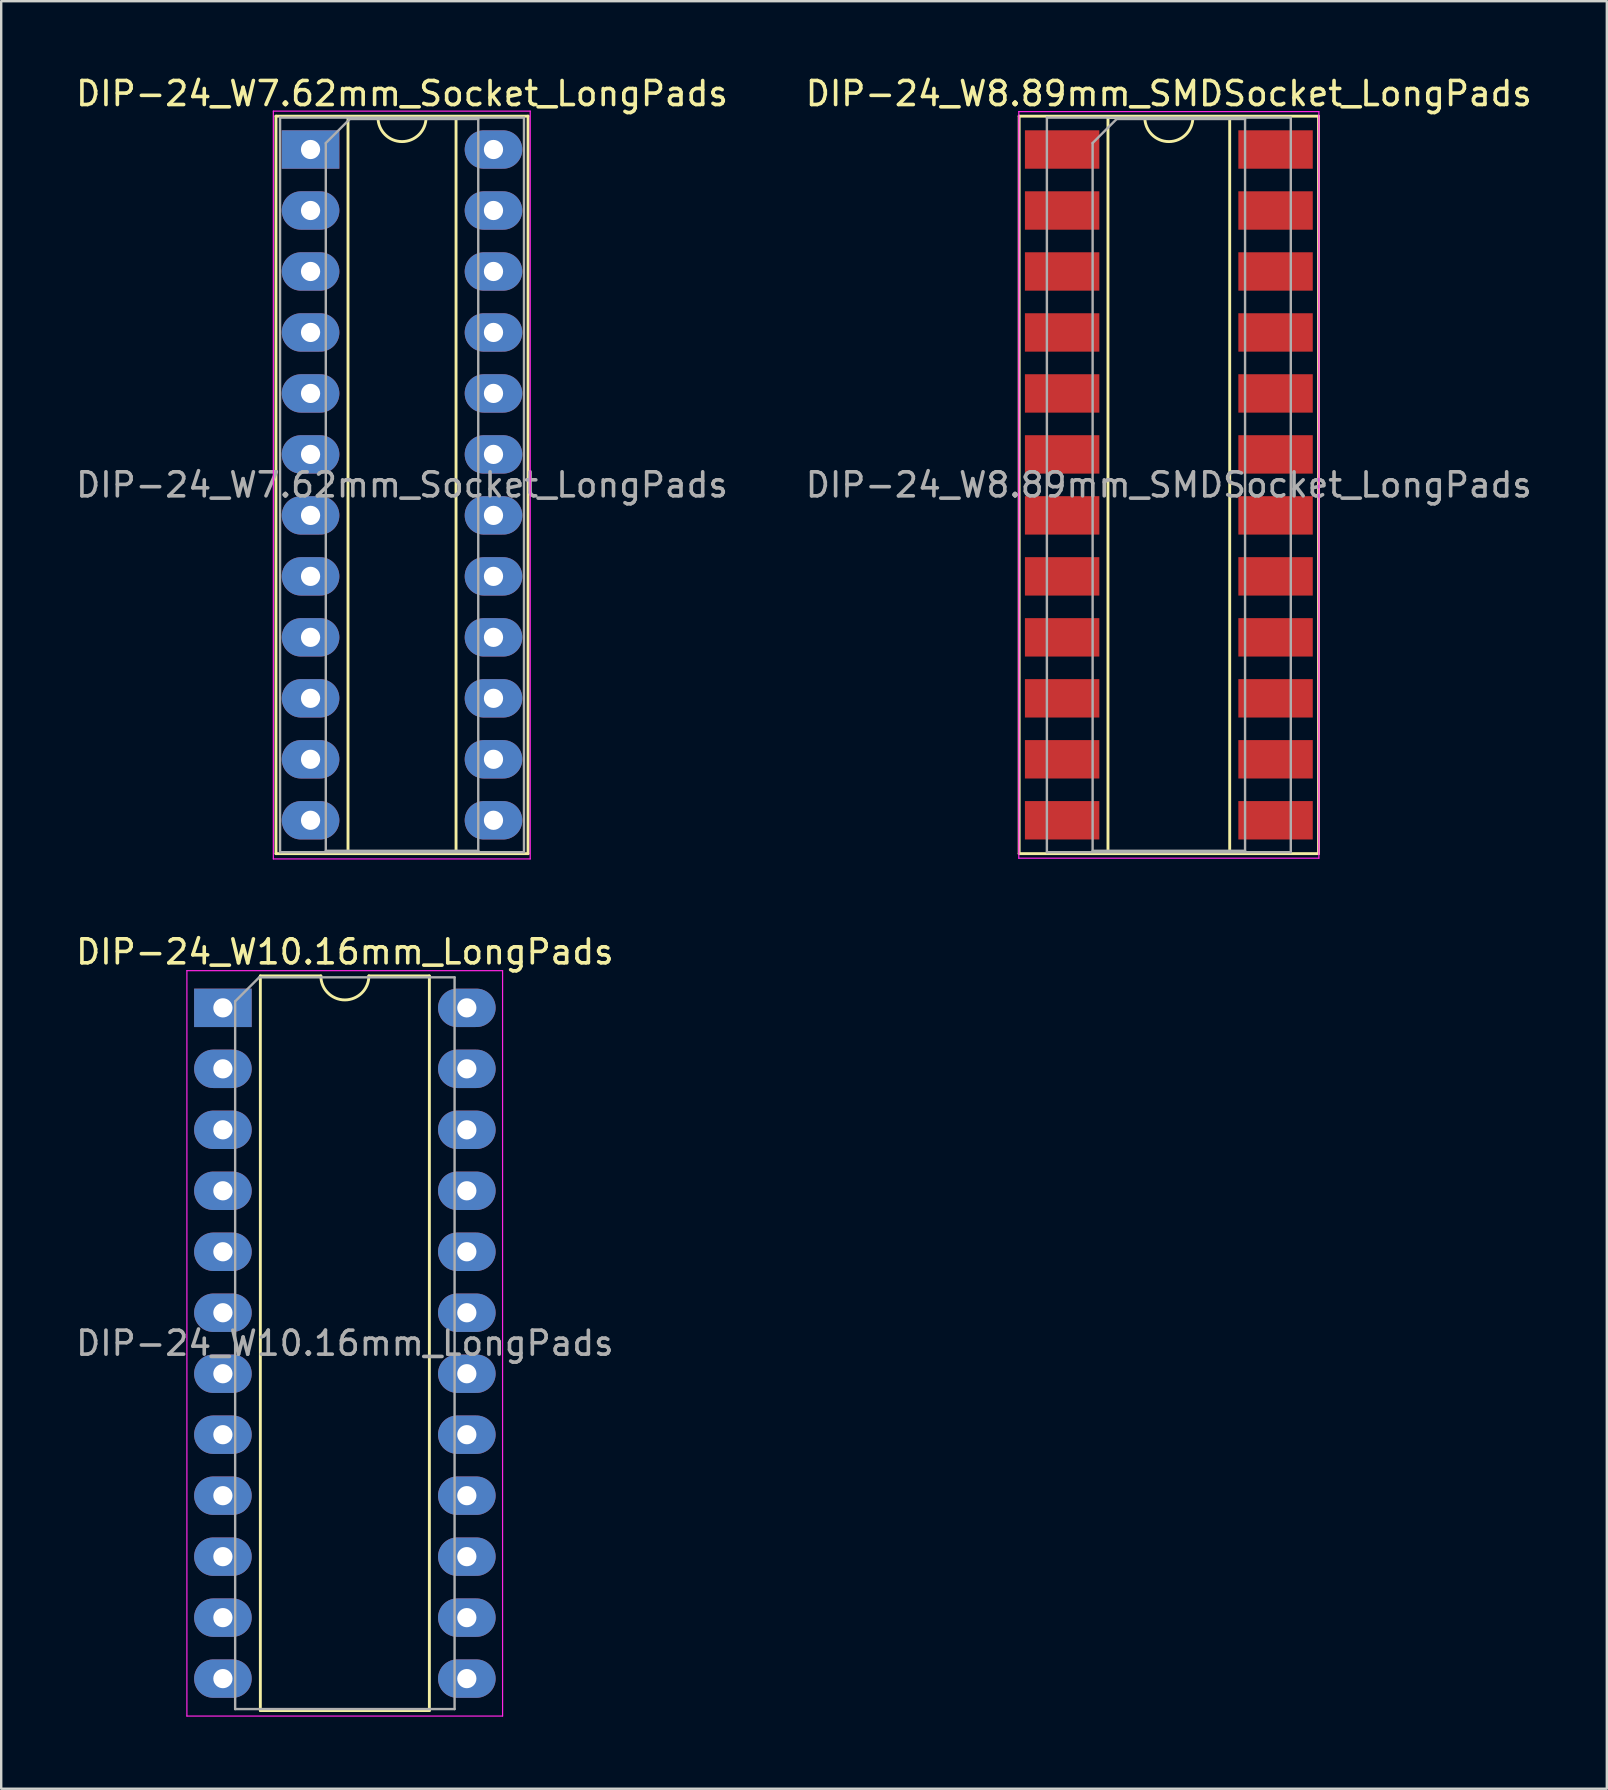
<source format=kicad_pcb>
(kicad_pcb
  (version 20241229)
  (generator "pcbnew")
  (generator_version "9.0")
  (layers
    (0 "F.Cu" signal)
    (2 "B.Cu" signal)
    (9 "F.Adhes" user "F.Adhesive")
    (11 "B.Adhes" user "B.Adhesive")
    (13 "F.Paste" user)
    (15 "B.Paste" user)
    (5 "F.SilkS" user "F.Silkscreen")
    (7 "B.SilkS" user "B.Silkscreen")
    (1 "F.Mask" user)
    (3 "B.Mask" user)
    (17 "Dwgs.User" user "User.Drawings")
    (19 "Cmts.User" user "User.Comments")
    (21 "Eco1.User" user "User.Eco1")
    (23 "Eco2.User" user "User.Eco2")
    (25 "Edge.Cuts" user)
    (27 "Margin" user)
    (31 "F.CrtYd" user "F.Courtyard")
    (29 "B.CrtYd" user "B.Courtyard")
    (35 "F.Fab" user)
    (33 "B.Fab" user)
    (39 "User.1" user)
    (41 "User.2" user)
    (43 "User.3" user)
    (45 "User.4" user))
  (footprint "DIP-24_W8.89mm_SMDSocket_LongPads"
    (layer "F.Cu")
    (at 45.637 17.148)
    (property "Reference" "DIP-24_W8.89mm_SMDSocket_LongPads" (at 0 -16.3 0) (layer "F.SilkS") (effects (font (size 1 1) (thickness 0.15))))
    (attr smd)
    (fp_line (start -6.235 -15.36) (end -6.235 15.36) (stroke (width 0.12) (type solid)) (layer "F.SilkS"))
    (fp_line (start -6.235 15.36) (end 6.235 15.36) (stroke (width 0.12) (type solid)) (layer "F.SilkS"))
    (fp_line (start -2.535 -15.3) (end -2.535 15.3) (stroke (width 0.12) (type solid)) (layer "F.SilkS"))
    (fp_line (start -2.535 15.3) (end 2.535 15.3) (stroke (width 0.12) (type solid)) (layer "F.SilkS"))
    (fp_line (start -1 -15.3) (end -2.535 -15.3) (stroke (width 0.12) (type solid)) (layer "F.SilkS"))
    (fp_line (start 2.535 -15.3) (end 1 -15.3) (stroke (width 0.12) (type solid)) (layer "F.SilkS"))
    (fp_line (start 2.535 15.3) (end 2.535 -15.3) (stroke (width 0.12) (type solid)) (layer "F.SilkS"))
    (fp_line (start 6.235 -15.36) (end -6.235 -15.36) (stroke (width 0.12) (type solid)) (layer "F.SilkS"))
    (fp_line (start 6.235 15.36) (end 6.235 -15.36) (stroke (width 0.12) (type solid)) (layer "F.SilkS"))
    (fp_arc (start 1 -15.3) (mid 0 -14.3) (end -1 -15.3) (stroke (width 0.12) (type solid)) (layer "F.SilkS"))
    (fp_line (start -6.25 -15.55) (end -6.25 15.55) (stroke (width 0.05) (type solid)) (layer "F.CrtYd"))
    (fp_line (start -6.25 15.55) (end 6.25 15.55) (stroke (width 0.05) (type solid)) (layer "F.CrtYd"))
    (fp_line (start 6.25 -15.55) (end -6.25 -15.55) (stroke (width 0.05) (type solid)) (layer "F.CrtYd"))
    (fp_line (start 6.25 15.55) (end 6.25 -15.55) (stroke (width 0.05) (type solid)) (layer "F.CrtYd"))
    (fp_line (start -5.08 -15.3) (end -5.08 15.3) (stroke (width 0.1) (type solid)) (layer "F.Fab"))
    (fp_line (start -5.08 15.3) (end 5.08 15.3) (stroke (width 0.1) (type solid)) (layer "F.Fab"))
    (fp_line (start -3.175 -14.24) (end -2.175 -15.24) (stroke (width 0.1) (type solid)) (layer "F.Fab"))
    (fp_line (start -3.175 15.24) (end -3.175 -14.24) (stroke (width 0.1) (type solid)) (layer "F.Fab"))
    (fp_line (start -2.175 -15.24) (end 3.175 -15.24) (stroke (width 0.1) (type solid)) (layer "F.Fab"))
    (fp_line (start 3.175 -15.24) (end 3.175 15.24) (stroke (width 0.1) (type solid)) (layer "F.Fab"))
    (fp_line (start 3.175 15.24) (end -3.175 15.24) (stroke (width 0.1) (type solid)) (layer "F.Fab"))
    (fp_line (start 5.08 -15.3) (end -5.08 -15.3) (stroke (width 0.1) (type solid)) (layer "F.Fab"))
    (fp_line (start 5.08 15.3) (end 5.08 -15.3) (stroke (width 0.1) (type solid)) (layer "F.Fab"))
    (fp_text user "${REFERENCE}" (at 0 0 0) (layer "F.Fab") (effects (font (size 1 1) (thickness 0.15))))
    (pad "1" smd rect (at -4.445 -13.97) (size 3.1 1.6) (layers "F.Cu" "F.Mask" "F.Paste"))
    (pad "2" smd rect (at -4.445 -11.43) (size 3.1 1.6) (layers "F.Cu" "F.Mask" "F.Paste"))
    (pad "3" smd rect (at -4.445 -8.89) (size 3.1 1.6) (layers "F.Cu" "F.Mask" "F.Paste"))
    (pad "4" smd rect (at -4.445 -6.35) (size 3.1 1.6) (layers "F.Cu" "F.Mask" "F.Paste"))
    (pad "5" smd rect (at -4.445 -3.81) (size 3.1 1.6) (layers "F.Cu" "F.Mask" "F.Paste"))
    (pad "6" smd rect (at -4.445 -1.27) (size 3.1 1.6) (layers "F.Cu" "F.Mask" "F.Paste"))
    (pad "7" smd rect (at -4.445 1.27) (size 3.1 1.6) (layers "F.Cu" "F.Mask" "F.Paste"))
    (pad "8" smd rect (at -4.445 3.81) (size 3.1 1.6) (layers "F.Cu" "F.Mask" "F.Paste"))
    (pad "9" smd rect (at -4.445 6.35) (size 3.1 1.6) (layers "F.Cu" "F.Mask" "F.Paste"))
    (pad "10" smd rect (at -4.445 8.89) (size 3.1 1.6) (layers "F.Cu" "F.Mask" "F.Paste"))
    (pad "11" smd rect (at -4.445 11.43) (size 3.1 1.6) (layers "F.Cu" "F.Mask" "F.Paste"))
    (pad "12" smd rect (at -4.445 13.97) (size 3.1 1.6) (layers "F.Cu" "F.Mask" "F.Paste"))
    (pad "13" smd rect (at 4.445 13.97) (size 3.1 1.6) (layers "F.Cu" "F.Mask" "F.Paste"))
    (pad "14" smd rect (at 4.445 11.43) (size 3.1 1.6) (layers "F.Cu" "F.Mask" "F.Paste"))
    (pad "15" smd rect (at 4.445 8.89) (size 3.1 1.6) (layers "F.Cu" "F.Mask" "F.Paste"))
    (pad "16" smd rect (at 4.445 6.35) (size 3.1 1.6) (layers "F.Cu" "F.Mask" "F.Paste"))
    (pad "17" smd rect (at 4.445 3.81) (size 3.1 1.6) (layers "F.Cu" "F.Mask" "F.Paste"))
    (pad "18" smd rect (at 4.445 1.27) (size 3.1 1.6) (layers "F.Cu" "F.Mask" "F.Paste"))
    (pad "19" smd rect (at 4.445 -1.27) (size 3.1 1.6) (layers "F.Cu" "F.Mask" "F.Paste"))
    (pad "20" smd rect (at 4.445 -3.81) (size 3.1 1.6) (layers "F.Cu" "F.Mask" "F.Paste"))
    (pad "21" smd rect (at 4.445 -6.35) (size 3.1 1.6) (layers "F.Cu" "F.Mask" "F.Paste"))
    (pad "22" smd rect (at 4.445 -8.89) (size 3.1 1.6) (layers "F.Cu" "F.Mask" "F.Paste"))
    (pad "23" smd rect (at 4.445 -11.43) (size 3.1 1.6) (layers "F.Cu" "F.Mask" "F.Paste"))
    (pad "24" smd rect (at 4.445 -13.97) (size 3.1 1.6) (layers "F.Cu" "F.Mask" "F.Paste")))
  (footprint "DIP-24_W7.62mm_Socket_LongPads"
    (layer "F.Cu")
    (at 9.886 3.178)
    (property "Reference" "DIP-24_W7.62mm_Socket_LongPads" (at 3.81 -2.33 0) (layer "F.SilkS") (effects (font (size 1 1) (thickness 0.15))))
    (attr through_hole)
    (fp_line (start -1.44 -1.39) (end -1.44 29.33) (stroke (width 0.12) (type solid)) (layer "F.SilkS"))
    (fp_line (start -1.44 29.33) (end 9.06 29.33) (stroke (width 0.12) (type solid)) (layer "F.SilkS"))
    (fp_line (start 1.56 -1.33) (end 1.56 29.27) (stroke (width 0.12) (type solid)) (layer "F.SilkS"))
    (fp_line (start 1.56 29.27) (end 6.06 29.27) (stroke (width 0.12) (type solid)) (layer "F.SilkS"))
    (fp_line (start 2.81 -1.33) (end 1.56 -1.33) (stroke (width 0.12) (type solid)) (layer "F.SilkS"))
    (fp_line (start 6.06 -1.33) (end 4.81 -1.33) (stroke (width 0.12) (type solid)) (layer "F.SilkS"))
    (fp_line (start 6.06 29.27) (end 6.06 -1.33) (stroke (width 0.12) (type solid)) (layer "F.SilkS"))
    (fp_line (start 9.06 -1.39) (end -1.44 -1.39) (stroke (width 0.12) (type solid)) (layer "F.SilkS"))
    (fp_line (start 9.06 29.33) (end 9.06 -1.39) (stroke (width 0.12) (type solid)) (layer "F.SilkS"))
    (fp_arc (start 4.81 -1.33) (mid 3.81 -0.33) (end 2.81 -1.33) (stroke (width 0.12) (type solid)) (layer "F.SilkS"))
    (fp_line (start -1.55 -1.6) (end -1.55 29.55) (stroke (width 0.05) (type solid)) (layer "F.CrtYd"))
    (fp_line (start -1.55 29.55) (end 9.15 29.55) (stroke (width 0.05) (type solid)) (layer "F.CrtYd"))
    (fp_line (start 9.15 -1.6) (end -1.55 -1.6) (stroke (width 0.05) (type solid)) (layer "F.CrtYd"))
    (fp_line (start 9.15 29.55) (end 9.15 -1.6) (stroke (width 0.05) (type solid)) (layer "F.CrtYd"))
    (fp_line (start -1.27 -1.33) (end -1.27 29.27) (stroke (width 0.1) (type solid)) (layer "F.Fab"))
    (fp_line (start -1.27 29.27) (end 8.89 29.27) (stroke (width 0.1) (type solid)) (layer "F.Fab"))
    (fp_line (start 0.635 -0.27) (end 1.635 -1.27) (stroke (width 0.1) (type solid)) (layer "F.Fab"))
    (fp_line (start 0.635 29.21) (end 0.635 -0.27) (stroke (width 0.1) (type solid)) (layer "F.Fab"))
    (fp_line (start 1.635 -1.27) (end 6.985 -1.27) (stroke (width 0.1) (type solid)) (layer "F.Fab"))
    (fp_line (start 6.985 -1.27) (end 6.985 29.21) (stroke (width 0.1) (type solid)) (layer "F.Fab"))
    (fp_line (start 6.985 29.21) (end 0.635 29.21) (stroke (width 0.1) (type solid)) (layer "F.Fab"))
    (fp_line (start 8.89 -1.33) (end -1.27 -1.33) (stroke (width 0.1) (type solid)) (layer "F.Fab"))
    (fp_line (start 8.89 29.27) (end 8.89 -1.33) (stroke (width 0.1) (type solid)) (layer "F.Fab"))
    (fp_text user "${REFERENCE}" (at 3.81 13.97 0) (layer "F.Fab") (effects (font (size 1 1) (thickness 0.15))))
    (pad "1" thru_hole rect (at 0 0) (size 2.4 1.6) (drill 0.8) (layers "*.Cu" "*.Mask"))
    (pad "2" thru_hole oval (at 0 2.54) (size 2.4 1.6) (drill 0.8) (layers "*.Cu" "*.Mask"))
    (pad "3" thru_hole oval (at 0 5.08) (size 2.4 1.6) (drill 0.8) (layers "*.Cu" "*.Mask"))
    (pad "4" thru_hole oval (at 0 7.62) (size 2.4 1.6) (drill 0.8) (layers "*.Cu" "*.Mask"))
    (pad "5" thru_hole oval (at 0 10.16) (size 2.4 1.6) (drill 0.8) (layers "*.Cu" "*.Mask"))
    (pad "6" thru_hole oval (at 0 12.7) (size 2.4 1.6) (drill 0.8) (layers "*.Cu" "*.Mask"))
    (pad "7" thru_hole oval (at 0 15.24) (size 2.4 1.6) (drill 0.8) (layers "*.Cu" "*.Mask"))
    (pad "8" thru_hole oval (at 0 17.78) (size 2.4 1.6) (drill 0.8) (layers "*.Cu" "*.Mask"))
    (pad "9" thru_hole oval (at 0 20.32) (size 2.4 1.6) (drill 0.8) (layers "*.Cu" "*.Mask"))
    (pad "10" thru_hole oval (at 0 22.86) (size 2.4 1.6) (drill 0.8) (layers "*.Cu" "*.Mask"))
    (pad "11" thru_hole oval (at 0 25.4) (size 2.4 1.6) (drill 0.8) (layers "*.Cu" "*.Mask"))
    (pad "12" thru_hole oval (at 0 27.94) (size 2.4 1.6) (drill 0.8) (layers "*.Cu" "*.Mask"))
    (pad "13" thru_hole oval (at 7.62 27.94) (size 2.4 1.6) (drill 0.8) (layers "*.Cu" "*.Mask"))
    (pad "14" thru_hole oval (at 7.62 25.4) (size 2.4 1.6) (drill 0.8) (layers "*.Cu" "*.Mask"))
    (pad "15" thru_hole oval (at 7.62 22.86) (size 2.4 1.6) (drill 0.8) (layers "*.Cu" "*.Mask"))
    (pad "16" thru_hole oval (at 7.62 20.32) (size 2.4 1.6) (drill 0.8) (layers "*.Cu" "*.Mask"))
    (pad "17" thru_hole oval (at 7.62 17.78) (size 2.4 1.6) (drill 0.8) (layers "*.Cu" "*.Mask"))
    (pad "18" thru_hole oval (at 7.62 15.24) (size 2.4 1.6) (drill 0.8) (layers "*.Cu" "*.Mask"))
    (pad "19" thru_hole oval (at 7.62 12.7) (size 2.4 1.6) (drill 0.8) (layers "*.Cu" "*.Mask"))
    (pad "20" thru_hole oval (at 7.62 10.16) (size 2.4 1.6) (drill 0.8) (layers "*.Cu" "*.Mask"))
    (pad "21" thru_hole oval (at 7.62 7.62) (size 2.4 1.6) (drill 0.8) (layers "*.Cu" "*.Mask"))
    (pad "22" thru_hole oval (at 7.62 5.08) (size 2.4 1.6) (drill 0.8) (layers "*.Cu" "*.Mask"))
    (pad "23" thru_hole oval (at 7.62 2.54) (size 2.4 1.6) (drill 0.8) (layers "*.Cu" "*.Mask"))
    (pad "24" thru_hole oval (at 7.62 0) (size 2.4 1.6) (drill 0.8) (layers "*.Cu" "*.Mask")))
  (footprint "DIP-24_W10.16mm_LongPads"
    (layer "F.Cu")
    (at 6.235 38.931)
    (property "Reference" "DIP-24_W10.16mm_LongPads" (at 5.08 -2.33 0) (layer "F.SilkS") (effects (font (size 1 1) (thickness 0.15))))
    (attr through_hole)
    (fp_line (start 1.56 -1.33) (end 1.56 29.27) (stroke (width 0.12) (type solid)) (layer "F.SilkS"))
    (fp_line (start 1.56 29.27) (end 8.6 29.27) (stroke (width 0.12) (type solid)) (layer "F.SilkS"))
    (fp_line (start 4.08 -1.33) (end 1.56 -1.33) (stroke (width 0.12) (type solid)) (layer "F.SilkS"))
    (fp_line (start 8.6 -1.33) (end 6.08 -1.33) (stroke (width 0.12) (type solid)) (layer "F.SilkS"))
    (fp_line (start 8.6 29.27) (end 8.6 -1.33) (stroke (width 0.12) (type solid)) (layer "F.SilkS"))
    (fp_arc (start 6.08 -1.33) (mid 5.08 -0.33) (end 4.08 -1.33) (stroke (width 0.12) (type solid)) (layer "F.SilkS"))
    (fp_line (start -1.5 -1.55) (end -1.5 29.5) (stroke (width 0.05) (type solid)) (layer "F.CrtYd"))
    (fp_line (start -1.5 29.5) (end 11.65 29.5) (stroke (width 0.05) (type solid)) (layer "F.CrtYd"))
    (fp_line (start 11.65 -1.55) (end -1.5 -1.55) (stroke (width 0.05) (type solid)) (layer "F.CrtYd"))
    (fp_line (start 11.65 29.5) (end 11.65 -1.55) (stroke (width 0.05) (type solid)) (layer "F.CrtYd"))
    (fp_line (start 0.51 -0.27) (end 1.51 -1.27) (stroke (width 0.1) (type solid)) (layer "F.Fab"))
    (fp_line (start 0.51 29.21) (end 0.51 -0.27) (stroke (width 0.1) (type solid)) (layer "F.Fab"))
    (fp_line (start 1.51 -1.27) (end 9.65 -1.27) (stroke (width 0.1) (type solid)) (layer "F.Fab"))
    (fp_line (start 9.65 -1.27) (end 9.65 29.21) (stroke (width 0.1) (type solid)) (layer "F.Fab"))
    (fp_line (start 9.65 29.21) (end 0.51 29.21) (stroke (width 0.1) (type solid)) (layer "F.Fab"))
    (fp_text user "${REFERENCE}" (at 5.08 13.97 0) (layer "F.Fab") (effects (font (size 1 1) (thickness 0.15))))
    (pad "1" thru_hole rect (at 0 0) (size 2.4 1.6) (drill 0.8) (layers "*.Cu" "*.Mask"))
    (pad "2" thru_hole oval (at 0 2.54) (size 2.4 1.6) (drill 0.8) (layers "*.Cu" "*.Mask"))
    (pad "3" thru_hole oval (at 0 5.08) (size 2.4 1.6) (drill 0.8) (layers "*.Cu" "*.Mask"))
    (pad "4" thru_hole oval (at 0 7.62) (size 2.4 1.6) (drill 0.8) (layers "*.Cu" "*.Mask"))
    (pad "5" thru_hole oval (at 0 10.16) (size 2.4 1.6) (drill 0.8) (layers "*.Cu" "*.Mask"))
    (pad "6" thru_hole oval (at 0 12.7) (size 2.4 1.6) (drill 0.8) (layers "*.Cu" "*.Mask"))
    (pad "7" thru_hole oval (at 0 15.24) (size 2.4 1.6) (drill 0.8) (layers "*.Cu" "*.Mask"))
    (pad "8" thru_hole oval (at 0 17.78) (size 2.4 1.6) (drill 0.8) (layers "*.Cu" "*.Mask"))
    (pad "9" thru_hole oval (at 0 20.32) (size 2.4 1.6) (drill 0.8) (layers "*.Cu" "*.Mask"))
    (pad "10" thru_hole oval (at 0 22.86) (size 2.4 1.6) (drill 0.8) (layers "*.Cu" "*.Mask"))
    (pad "11" thru_hole oval (at 0 25.4) (size 2.4 1.6) (drill 0.8) (layers "*.Cu" "*.Mask"))
    (pad "12" thru_hole oval (at 0 27.94) (size 2.4 1.6) (drill 0.8) (layers "*.Cu" "*.Mask"))
    (pad "13" thru_hole oval (at 10.16 27.94) (size 2.4 1.6) (drill 0.8) (layers "*.Cu" "*.Mask"))
    (pad "14" thru_hole oval (at 10.16 25.4) (size 2.4 1.6) (drill 0.8) (layers "*.Cu" "*.Mask"))
    (pad "15" thru_hole oval (at 10.16 22.86) (size 2.4 1.6) (drill 0.8) (layers "*.Cu" "*.Mask"))
    (pad "16" thru_hole oval (at 10.16 20.32) (size 2.4 1.6) (drill 0.8) (layers "*.Cu" "*.Mask"))
    (pad "17" thru_hole oval (at 10.16 17.78) (size 2.4 1.6) (drill 0.8) (layers "*.Cu" "*.Mask"))
    (pad "18" thru_hole oval (at 10.16 15.24) (size 2.4 1.6) (drill 0.8) (layers "*.Cu" "*.Mask"))
    (pad "19" thru_hole oval (at 10.16 12.7) (size 2.4 1.6) (drill 0.8) (layers "*.Cu" "*.Mask"))
    (pad "20" thru_hole oval (at 10.16 10.16) (size 2.4 1.6) (drill 0.8) (layers "*.Cu" "*.Mask"))
    (pad "21" thru_hole oval (at 10.16 7.62) (size 2.4 1.6) (drill 0.8) (layers "*.Cu" "*.Mask"))
    (pad "22" thru_hole oval (at 10.16 5.08) (size 2.4 1.6) (drill 0.8) (layers "*.Cu" "*.Mask"))
    (pad "23" thru_hole oval (at 10.16 2.54) (size 2.4 1.6) (drill 0.8) (layers "*.Cu" "*.Mask"))
    (pad "24" thru_hole oval (at 10.16 0) (size 2.4 1.6) (drill 0.8) (layers "*.Cu" "*.Mask")))
  (gr_rect
    (start -3 -3)
    (end 63.881 71.457)
    (stroke (width 0.1) (type default))
    (fill no)
    (layer "Edge.Cuts")))
</source>
